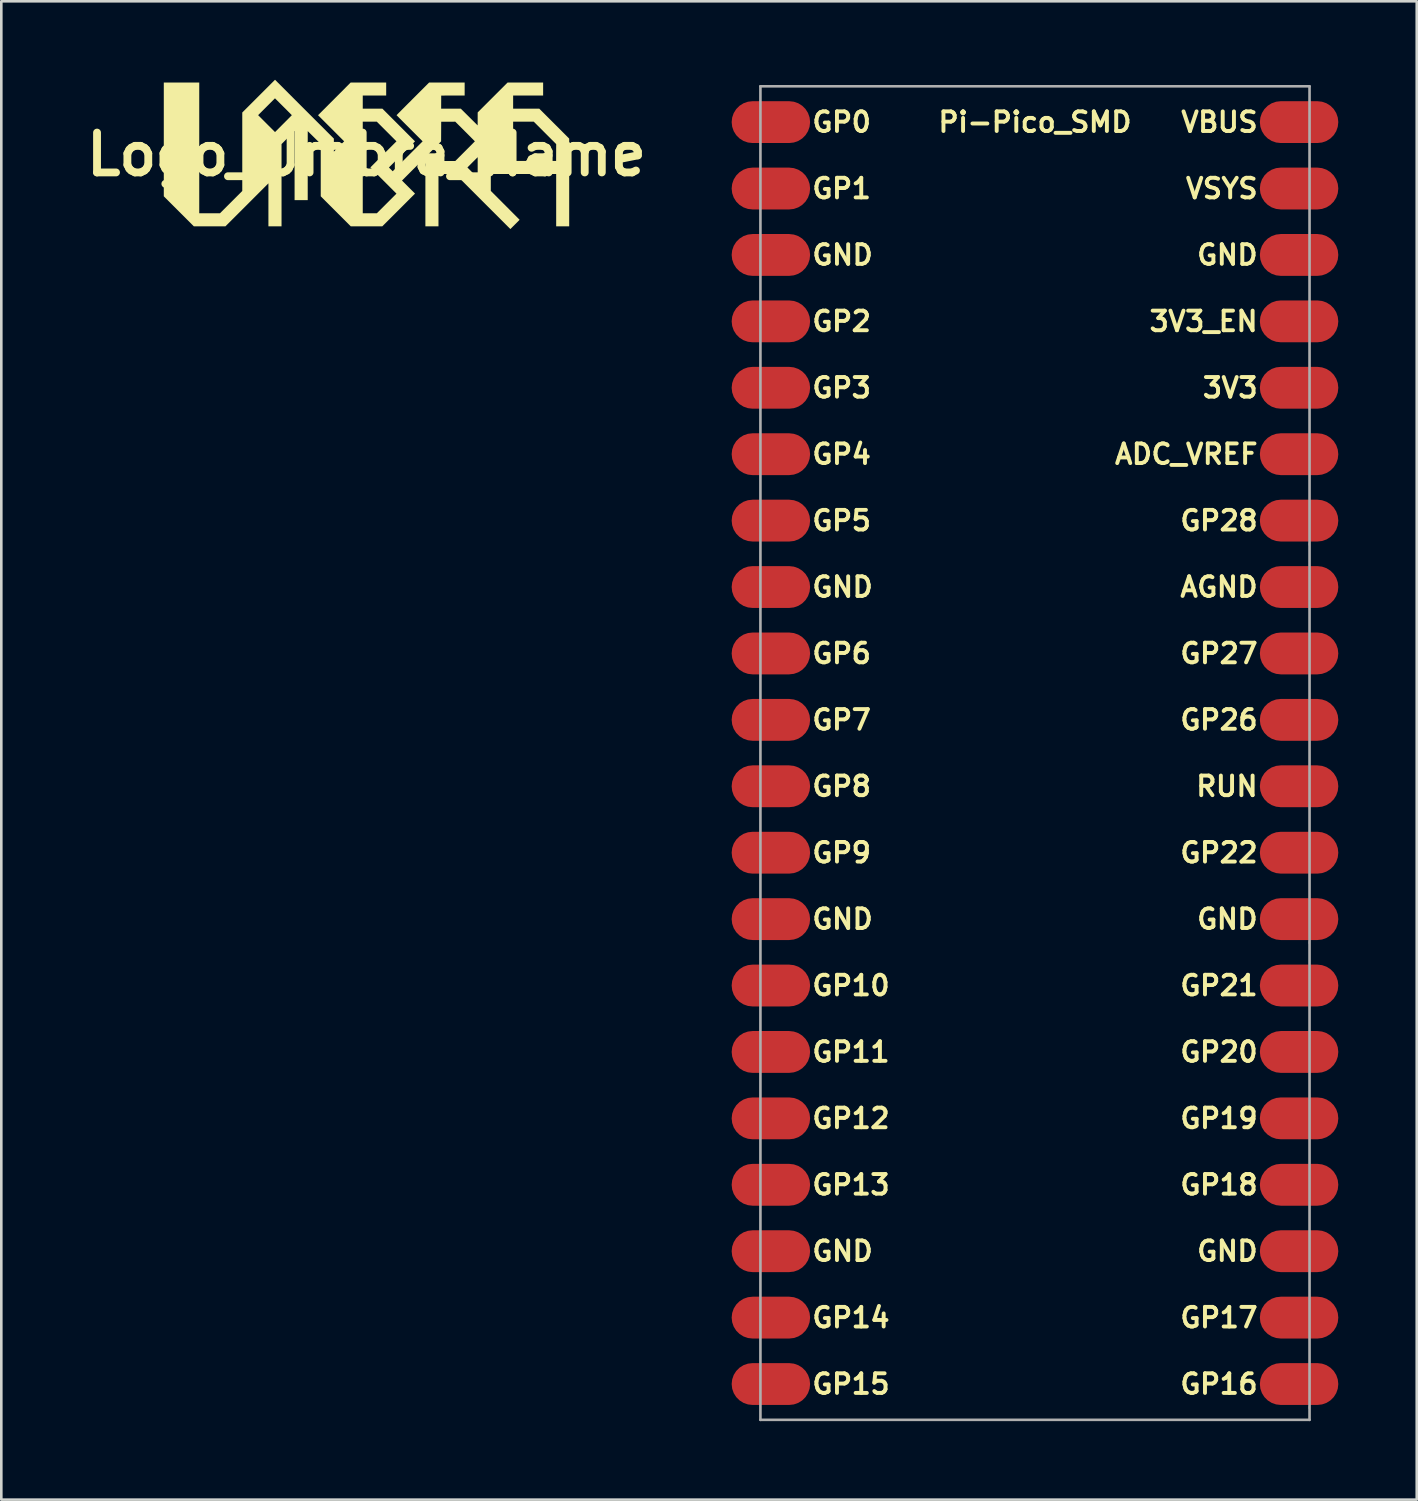
<source format=kicad_pcb>
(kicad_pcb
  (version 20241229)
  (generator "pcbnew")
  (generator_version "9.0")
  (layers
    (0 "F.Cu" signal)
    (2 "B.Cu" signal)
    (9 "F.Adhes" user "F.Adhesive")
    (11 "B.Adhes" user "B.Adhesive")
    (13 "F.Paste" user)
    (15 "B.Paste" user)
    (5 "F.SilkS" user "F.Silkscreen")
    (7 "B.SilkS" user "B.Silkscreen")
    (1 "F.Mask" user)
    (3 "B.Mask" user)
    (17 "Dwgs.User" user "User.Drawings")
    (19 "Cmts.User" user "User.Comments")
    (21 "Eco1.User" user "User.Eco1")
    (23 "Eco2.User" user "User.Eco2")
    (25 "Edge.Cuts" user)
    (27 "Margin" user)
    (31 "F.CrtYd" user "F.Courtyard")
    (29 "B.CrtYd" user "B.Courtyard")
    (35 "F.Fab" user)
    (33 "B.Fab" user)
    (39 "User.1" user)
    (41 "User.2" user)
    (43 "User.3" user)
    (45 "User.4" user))
  (footprint "Logo_Umbra_Name"
    (layer "F.Cu")
    (at 10.966 2.855)
    (property "Reference" "Logo_Umbra_Name" (at 0 0 0) (layer "F.SilkS") (effects (font (size 1.524 1.524) (thickness 0.3))))
    (attr board_only exclude_from_pos_files exclude_from_bom)
    (fp_poly (pts (xy -2.373 -1.73) (xy -1.248 -0.605) (xy -1.248 -0.106) (xy -0.854 -0.5) (xy -1.354 -1) (xy -1.853 -1.499) (xy -1.647 -1.705) (xy -1.622 -1.73) (xy -1.593 -1.758) (xy -1.561 -1.791) (xy -1.525 -1.827) (xy -1.486 -1.866) (xy -1.445 -1.908) (xy -1.401 -1.951) (xy -1.356 -1.997) (xy -1.309 -2.043) (xy -1.261 -2.091) (xy -1.213 -2.14) (xy -1.165 -2.188) (xy -1.117 -2.236) (xy -1.069 -2.284) (xy -1.023 -2.33) (xy -0.605 -2.75) (xy 0.753 -2.75) (xy 0.753 -2.252) (xy -0.143 -2.252) (xy -0.143 -1.75) (xy 0.233 -1.75) (xy 0.608 -1.75) (xy 0.975 -1.382) (xy 1.02 -1.337) (xy 1.068 -1.289) (xy 1.117 -1.24) (xy 1.167 -1.19) (xy 1.218 -1.139) (xy 1.268 -1.088) (xy 1.318 -1.038) (xy 1.367 -0.989) (xy 1.414 -0.942) (xy 1.46 -0.896) (xy 1.502 -0.854) (xy 1.542 -0.814) (xy 1.578 -0.778) (xy 1.599 -0.757) (xy 1.856 -0.499) (xy 0.858 0.5) (xy 0.93 0.573) (xy 1.002 0.645) (xy 1.574 0.072) (xy 2.147 -0.5) (xy 1.648 -0.999) (xy 1.601 -1.046) (xy 1.555 -1.092) (xy 1.511 -1.136) (xy 1.468 -1.179) (xy 1.427 -1.22) (xy 1.388 -1.259) (xy 1.352 -1.296) (xy 1.317 -1.331) (xy 1.285 -1.362) (xy 1.256 -1.392) (xy 1.231 -1.418) (xy 1.208 -1.441) (xy 1.189 -1.46) (xy 1.173 -1.476) (xy 1.161 -1.488) (xy 1.153 -1.496) (xy 1.15 -1.5) (xy 1.15 -1.5) (xy 1.152 -1.503) (xy 1.158 -1.509) (xy 1.169 -1.52) (xy 1.184 -1.535) (xy 1.202 -1.554) (xy 1.224 -1.576) (xy 1.249 -1.601) (xy 1.278 -1.63) (xy 1.31 -1.662) (xy 1.344 -1.697) (xy 1.381 -1.734) (xy 1.421 -1.774) (xy 1.463 -1.816) (xy 1.507 -1.861) (xy 1.553 -1.907) (xy 1.601 -1.955) (xy 1.651 -2.004) (xy 1.702 -2.055) (xy 1.754 -2.108) (xy 1.773 -2.127) (xy 2.396 -2.75) (xy 3.754 -2.75) (xy 3.754 -2.252) (xy 2.857 -2.25) (xy 2.855 -1.75) (xy 3.231 -1.75) (xy 3.606 -1.75) (xy 3.928 -1.43) (xy 4.251 -1.109) (xy 4.252 -1.605) (xy 4.825 -2.178) (xy 5.397 -2.75) (xy 6.755 -2.75) (xy 6.755 -2.252) (xy 5.608 -2.252) (xy 5.608 -1.75) (xy 6.607 -1.75) (xy 7.18 -1.177) (xy 7.752 -0.605) (xy 7.752 2.75) (xy 7.254 2.75) (xy 7.254 0.749) (xy 4.754 0.749) (xy 4.754 1.396) (xy 4.921 1.563) (xy 4.942 1.584) (xy 4.968 1.609) (xy 4.997 1.638) (xy 5.029 1.671) (xy 5.064 1.706) (xy 5.102 1.744) (xy 5.142 1.784) (xy 5.184 1.826) (xy 5.227 1.87) (xy 5.272 1.914) (xy 5.317 1.959) (xy 5.362 2.005) (xy 5.407 2.05) (xy 5.452 2.095) (xy 5.472 2.115) (xy 5.856 2.501) (xy 5.679 2.678) (xy 5.502 2.855) (xy 4.449 1.802) (xy 3.397 0.749) (xy 2.753 0.749) (xy 2.753 2.75) (xy 2.252 2.75) (xy 2.252 0.5) (xy 3.859 0.5) (xy 4.055 0.696) (xy 4.084 0.726) (xy 4.112 0.753) (xy 4.138 0.78) (xy 4.163 0.804) (xy 4.185 0.826) (xy 4.204 0.846) (xy 4.221 0.862) (xy 4.234 0.875) (xy 4.244 0.885) (xy 4.25 0.891) (xy 4.252 0.892) (xy 4.252 0.889) (xy 4.252 0.88) (xy 4.252 0.866) (xy 4.252 0.846) (xy 4.252 0.821) (xy 4.252 0.792) (xy 4.252 0.759) (xy 4.252 0.722) (xy 4.252 0.682) (xy 4.252 0.639) (xy 4.252 0.593) (xy 4.252 0.545) (xy 4.252 0.499) (xy 4.252 0.251) (xy 5.608 0.251) (xy 6.43 0.25) (xy 7.252 0.249) (xy 7.253 -0.073) (xy 7.254 -0.395) (xy 6.398 -1.251) (xy 5.608 -1.251) (xy 5.608 0.251) (xy 4.252 0.251) (xy 4.252 0.106) (xy 4.055 0.303) (xy 3.859 0.5) (xy 2.252 0.5) (xy 2.252 0.251) (xy 3.397 0.251) (xy 3.77 -0.123) (xy 3.811 -0.164) (xy 3.85 -0.203) (xy 3.888 -0.241) (xy 3.925 -0.278) (xy 3.959 -0.312) (xy 3.991 -0.344) (xy 4.021 -0.374) (xy 4.048 -0.402) (xy 4.072 -0.426) (xy 4.093 -0.448) (xy 4.111 -0.466) (xy 4.125 -0.48) (xy 4.136 -0.491) (xy 4.142 -0.498) (xy 4.144 -0.5) (xy 4.142 -0.503) (xy 4.136 -0.51) (xy 4.125 -0.52) (xy 4.111 -0.535) (xy 4.093 -0.553) (xy 4.072 -0.575) (xy 4.048 -0.599) (xy 4.02 -0.626) (xy 3.991 -0.656) (xy 3.959 -0.689) (xy 3.924 -0.723) (xy 3.888 -0.76) (xy 3.85 -0.798) (xy 3.811 -0.837) (xy 3.77 -0.877) (xy 3.396 -1.251) (xy 3.127 -1.25) (xy 2.857 -1.25) (xy 2.855 -0.874) (xy 2.853 -0.499) (xy 2.55 -0.195) (xy 2.515 -0.159) (xy 2.476 -0.12) (xy 2.433 -0.077) (xy 2.387 -0.03) (xy 2.338 0.018) (xy 2.287 0.07) (xy 2.234 0.122) (xy 2.18 0.176) (xy 2.126 0.231) (xy 2.071 0.286) (xy 2.016 0.342) (xy 1.961 0.396) (xy 1.908 0.45) (xy 1.856 0.502) (xy 1.806 0.552) (xy 1.802 0.555) (xy 1.358 1) (xy 1.607 1.25) (xy 1.856 1.499) (xy 1.231 2.125) (xy 0.605 2.75) (xy -0.602 2.75) (xy -1.1 2.252) (xy -0.143 2.252) (xy 0.395 2.252) (xy 0.771 1.876) (xy 1.146 1.501) (xy 0.765 1.119) (xy 0.722 1.076) (xy 0.679 1.033) (xy 0.636 0.99) (xy 0.593 0.947) (xy 0.552 0.906) (xy 0.511 0.865) (xy 0.473 0.826) (xy 0.436 0.79) (xy 0.401 0.755) (xy 0.37 0.723) (xy 0.341 0.694) (xy 0.315 0.668) (xy 0.293 0.646) (xy 0.275 0.627) (xy 0.266 0.618) (xy 0.148 0.498) (xy 0.647 -0.001) (xy 1.146 -0.5) (xy 0.395 -1.251) (xy -0.143 -1.251) (xy -0.143 2.252) (xy -1.1 2.252) (xy -1.176 2.176) (xy -1.75 1.602) (xy -1.75 -0.399) (xy -1.998 -0.645) (xy -2.247 -0.891) (xy -2.248 0.429) (xy -2.248 1.75) (xy -2.75 1.75) (xy -2.75 -0.894) (xy -3 -0.645) (xy -3.249 -0.395) (xy -3.249 2.75) (xy -3.751 2.75) (xy -3.751 1.107) (xy -4.572 1.929) (xy -5.394 2.75) (xy -6.604 2.75) (xy -7.178 2.176) (xy -7.752 1.602) (xy -7.752 -2.75) (xy -6.396 -2.75) (xy -6.396 2.252) (xy -5.604 2.252) (xy -4.751 1.399) (xy -4.751 -1.501) (xy -4.144 -1.501) (xy -3.821 -1.177) (xy -3.498 -0.854) (xy -3.177 -1.176) (xy -3.139 -1.213) (xy -3.103 -1.25) (xy -3.068 -1.285) (xy -3.035 -1.318) (xy -3.003 -1.35) (xy -2.975 -1.379) (xy -2.948 -1.405) (xy -2.925 -1.429) (xy -2.904 -1.45) (xy -2.887 -1.468) (xy -2.873 -1.482) (xy -2.863 -1.492) (xy -2.857 -1.499) (xy -2.856 -1.501) (xy -2.858 -1.503) (xy -2.865 -1.51) (xy -2.875 -1.521) (xy -2.89 -1.535) (xy -2.907 -1.553) (xy -2.928 -1.574) (xy -2.952 -1.599) (xy -2.979 -1.625) (xy -3.008 -1.655) (xy -3.04 -1.686) (xy -3.073 -1.72) (xy -3.108 -1.755) (xy -3.145 -1.791) (xy -3.178 -1.824) (xy -3.5 -2.145) (xy -4.144 -1.501) (xy -4.751 -1.501) (xy -4.751 -1.602) (xy -3.498 -2.855)) (stroke (width 0) (type solid)) (fill yes) (layer "F.SilkS")))
  (footprint "Pi-Pico_SMD"
    (layer "F.Cu")
    (at 36.531 0.25)
    (property "Reference" "Pi-Pico_SMD" (at 0 1.37 0) (layer "F.SilkS") (effects (font (size 0.75 0.75) (thickness 0.15))))
    (attr smd)
    (fp_line (start -10.5 0) (end -10.5 51) (stroke (width 0.1) (type solid)) (layer "F.Fab"))
    (fp_line (start 10.48 17.556) (end 10.481 17.507) (stroke (width 0.025) (type solid)) (layer "F.Fab"))
    (fp_line (start 10.48 32.796) (end 10.481 32.747) (stroke (width 0.025) (type solid)) (layer "F.Fab"))
    (fp_line (start 10.48 50.576) (end 10.481 50.527) (stroke (width 0.025) (type solid)) (layer "F.Fab"))
    (fp_line (start 10.481 17.507) (end 10.482 17.458) (stroke (width 0.025) (type solid)) (layer "F.Fab"))
    (fp_line (start 10.481 32.747) (end 10.482 32.698) (stroke (width 0.025) (type solid)) (layer "F.Fab"))
    (fp_line (start 10.481 50.527) (end 10.482 50.478) (stroke (width 0.025) (type solid)) (layer "F.Fab"))
    (fp_line (start 10.5 0) (end -10.5 0) (stroke (width 0.1) (type solid)) (layer "F.Fab"))
    (fp_line (start 10.5 0) (end 10.5 51) (stroke (width 0.1) (type solid)) (layer "F.Fab"))
    (fp_line (start 10.5 51) (end -10.5 51) (stroke (width 0.1) (type solid)) (layer "F.Fab"))
    (fp_text user "GP8" (at -8.6 26.77 0) (unlocked yes) (layer "F.SilkS") (effects (font (size 0.75 0.75) (thickness 0.15)) (justify left)))
    (fp_text user "GP20" (at 8.6 36.93 0) (unlocked yes) (layer "F.SilkS") (effects (font (size 0.75 0.75) (thickness 0.15)) (justify right)))
    (fp_text user "GP7" (at -8.6 24.23 0) (unlocked yes) (layer "F.SilkS") (effects (font (size 0.75 0.75) (thickness 0.15)) (justify left)))
    (fp_text user "3V3" (at 8.6 11.53 0) (unlocked yes) (layer "F.SilkS") (effects (font (size 0.75 0.75) (thickness 0.15)) (justify right)))
    (fp_text user "GP12" (at -8.6 39.47 0) (unlocked yes) (layer "F.SilkS") (effects (font (size 0.75 0.75) (thickness 0.15)) (justify left)))
    (fp_text user "VBUS" (at 8.6 1.37 0) (unlocked yes) (layer "F.SilkS") (effects (font (size 0.75 0.75) (thickness 0.15)) (justify right)))
    (fp_text user "GP28" (at 8.6 16.61 0) (unlocked yes) (layer "F.SilkS") (effects (font (size 0.75 0.75) (thickness 0.15)) (justify right)))
    (fp_text user "AGND" (at 8.6 19.15 0) (unlocked yes) (layer "F.SilkS") (effects (font (size 0.75 0.75) (thickness 0.15)) (justify right)))
    (fp_text user "GND" (at -8.6 31.85 0) (unlocked yes) (layer "F.SilkS") (effects (font (size 0.75 0.75) (thickness 0.15)) (justify left)))
    (fp_text user "RUN" (at 8.6 26.77 0) (unlocked yes) (layer "F.SilkS") (effects (font (size 0.75 0.75) (thickness 0.15)) (justify right)))
    (fp_text user "GP1" (at -8.6 3.91 0) (unlocked yes) (layer "F.SilkS") (effects (font (size 0.75 0.75) (thickness 0.15)) (justify left)))
    (fp_text user "GP15" (at -8.6 49.63 0) (unlocked yes) (layer "F.SilkS") (effects (font (size 0.75 0.75) (thickness 0.15)) (justify left)))
    (fp_text user "GP5" (at -8.6 16.61 0) (unlocked yes) (layer "F.SilkS") (effects (font (size 0.75 0.75) (thickness 0.15)) (justify left)))
    (fp_text user "GND" (at -8.6 6.45 0) (unlocked yes) (layer "F.SilkS") (effects (font (size 0.75 0.75) (thickness 0.15)) (justify left)))
    (fp_text user "GP19" (at 8.6 39.47 0) (unlocked yes) (layer "F.SilkS") (effects (font (size 0.75 0.75) (thickness 0.15)) (justify right)))
    (fp_text user "GP4" (at -8.6 14.07 0) (unlocked yes) (layer "F.SilkS") (effects (font (size 0.75 0.75) (thickness 0.15)) (justify left)))
    (fp_text user "GND" (at 8.6 31.85 0) (unlocked yes) (layer "F.SilkS") (effects (font (size 0.75 0.75) (thickness 0.15)) (justify right)))
    (fp_text user "GND" (at -8.6 44.55 0) (unlocked yes) (layer "F.SilkS") (effects (font (size 0.75 0.75) (thickness 0.15)) (justify left)))
    (fp_text user "GP2" (at -8.6 8.99 0) (unlocked yes) (layer "F.SilkS") (effects (font (size 0.75 0.75) (thickness 0.15)) (justify left)))
    (fp_text user "GP3" (at -8.6 11.53 0) (unlocked yes) (layer "F.SilkS") (effects (font (size 0.75 0.75) (thickness 0.15)) (justify left)))
    (fp_text user "GP11" (at -8.6 36.93 0) (unlocked yes) (layer "F.SilkS") (effects (font (size 0.75 0.75) (thickness 0.15)) (justify left)))
    (fp_text user "GP16" (at 8.6 49.63 0) (unlocked yes) (layer "F.SilkS") (effects (font (size 0.75 0.75) (thickness 0.15)) (justify right)))
    (fp_text user "GP9" (at -8.6 29.31 0) (unlocked yes) (layer "F.SilkS") (effects (font (size 0.75 0.75) (thickness 0.15)) (justify left)))
    (fp_text user "GP17" (at 8.6 47.09 0) (unlocked yes) (layer "F.SilkS") (effects (font (size 0.75 0.75) (thickness 0.15)) (justify right)))
    (fp_text user "GP14" (at -8.6 47.09 0) (unlocked yes) (layer "F.SilkS") (effects (font (size 0.75 0.75) (thickness 0.15)) (justify left)))
    (fp_text user "GP10" (at -8.6 34.39 0) (unlocked yes) (layer "F.SilkS") (effects (font (size 0.75 0.75) (thickness 0.15)) (justify left)))
    (fp_text user "VSYS" (at 8.6 3.91 0) (unlocked yes) (layer "F.SilkS") (effects (font (size 0.75 0.75) (thickness 0.15)) (justify right)))
    (fp_text user "3V3_EN" (at 8.6 8.99 0) (unlocked yes) (layer "F.SilkS") (effects (font (size 0.75 0.75) (thickness 0.15)) (justify right)))
    (fp_text user "GND" (at 8.6 6.45 0) (unlocked yes) (layer "F.SilkS") (effects (font (size 0.75 0.75) (thickness 0.15)) (justify right)))
    (fp_text user "GP6" (at -8.6 21.69 0) (unlocked yes) (layer "F.SilkS") (effects (font (size 0.75 0.75) (thickness 0.15)) (justify left)))
    (fp_text user "GP13" (at -8.6 42.01 0) (unlocked yes) (layer "F.SilkS") (effects (font (size 0.75 0.75) (thickness 0.15)) (justify left)))
    (fp_text user "GP0" (at -8.6 1.37 0) (unlocked yes) (layer "F.SilkS") (effects (font (size 0.75 0.75) (thickness 0.15)) (justify left)))
    (fp_text user "GP27" (at 8.6 21.69 0) (unlocked yes) (layer "F.SilkS") (effects (font (size 0.75 0.75) (thickness 0.15)) (justify right)))
    (fp_text user "GP22" (at 8.6 29.31 0) (unlocked yes) (layer "F.SilkS") (effects (font (size 0.75 0.75) (thickness 0.15)) (justify right)))
    (fp_text user "GND" (at 8.6 44.55 0) (unlocked yes) (layer "F.SilkS") (effects (font (size 0.75 0.75) (thickness 0.15)) (justify right)))
    (fp_text user "GP21" (at 8.6 34.39 0) (unlocked yes) (layer "F.SilkS") (effects (font (size 0.75 0.75) (thickness 0.15)) (justify right)))
    (fp_text user "GND" (at -8.6 19.15 0) (unlocked yes) (layer "F.SilkS") (effects (font (size 0.75 0.75) (thickness 0.15)) (justify left)))
    (fp_text user "GP26" (at 8.6 24.23 0) (unlocked yes) (layer "F.SilkS") (effects (font (size 0.75 0.75) (thickness 0.15)) (justify right)))
    (fp_text user "GP18" (at 8.6 42.01 0) (unlocked yes) (layer "F.SilkS") (effects (font (size 0.75 0.75) (thickness 0.15)) (justify right)))
    (fp_text user "ADC_VREF" (at 8.6 14.07 0) (unlocked yes) (layer "F.SilkS") (effects (font (size 0.75 0.75) (thickness 0.15)) (justify right)))
    (pad "1" smd roundrect (at -10.1 1.37) (size 3 1.6) (layers "F.Cu" "F.Mask" "F.Paste") (roundrect_rratio 0.5))
    (pad "2" smd roundrect (at -10.1 3.91) (size 3 1.6) (layers "F.Cu" "F.Mask" "F.Paste") (roundrect_rratio 0.5))
    (pad "3" smd roundrect (at -10.1 6.45) (size 3 1.6) (layers "F.Cu" "F.Mask" "F.Paste") (roundrect_rratio 0.5))
    (pad "4" smd roundrect (at -10.1 8.99) (size 3 1.6) (layers "F.Cu" "F.Mask" "F.Paste") (roundrect_rratio 0.5))
    (pad "5" smd roundrect (at -10.1 11.53) (size 3 1.6) (layers "F.Cu" "F.Mask" "F.Paste") (roundrect_rratio 0.5))
    (pad "6" smd roundrect (at -10.1 14.07) (size 3 1.6) (layers "F.Cu" "F.Mask" "F.Paste") (roundrect_rratio 0.5))
    (pad "7" smd roundrect (at -10.1 16.61) (size 3 1.6) (layers "F.Cu" "F.Mask" "F.Paste") (roundrect_rratio 0.5))
    (pad "8" smd roundrect (at -10.1 19.15) (size 3 1.6) (layers "F.Cu" "F.Mask" "F.Paste") (roundrect_rratio 0.5))
    (pad "9" smd roundrect (at -10.1 21.69) (size 3 1.6) (layers "F.Cu" "F.Mask" "F.Paste") (roundrect_rratio 0.5))
    (pad "10" smd roundrect (at -10.1 24.23) (size 3 1.6) (layers "F.Cu" "F.Mask" "F.Paste") (roundrect_rratio 0.5))
    (pad "11" smd roundrect (at -10.1 26.77) (size 3 1.6) (layers "F.Cu" "F.Mask" "F.Paste") (roundrect_rratio 0.5))
    (pad "12" smd roundrect (at -10.1 29.31) (size 3 1.6) (layers "F.Cu" "F.Mask" "F.Paste") (roundrect_rratio 0.5))
    (pad "13" smd roundrect (at -10.1 31.85) (size 3 1.6) (layers "F.Cu" "F.Mask" "F.Paste") (roundrect_rratio 0.5))
    (pad "14" smd roundrect (at -10.1 34.39) (size 3 1.6) (layers "F.Cu" "F.Mask" "F.Paste") (roundrect_rratio 0.5))
    (pad "15" smd roundrect (at -10.1 36.93) (size 3 1.6) (layers "F.Cu" "F.Mask" "F.Paste") (roundrect_rratio 0.5))
    (pad "16" smd roundrect (at -10.1 39.47) (size 3 1.6) (layers "F.Cu" "F.Mask" "F.Paste") (roundrect_rratio 0.5))
    (pad "17" smd roundrect (at -10.1 42.01) (size 3 1.6) (layers "F.Cu" "F.Mask" "F.Paste") (roundrect_rratio 0.5))
    (pad "18" smd roundrect (at -10.1 44.55) (size 3 1.6) (layers "F.Cu" "F.Mask" "F.Paste") (roundrect_rratio 0.5))
    (pad "19" smd roundrect (at -10.1 47.09) (size 3 1.6) (layers "F.Cu" "F.Mask" "F.Paste") (roundrect_rratio 0.5))
    (pad "20" smd roundrect (at -10.1 49.63) (size 3 1.6) (layers "F.Cu" "F.Mask" "F.Paste") (roundrect_rratio 0.5))
    (pad "21" smd roundrect (at 10.1 49.63) (size 3 1.6) (layers "F.Cu" "F.Mask" "F.Paste") (roundrect_rratio 0.5))
    (pad "22" smd roundrect (at 10.1 47.09) (size 3 1.6) (layers "F.Cu" "F.Mask" "F.Paste") (roundrect_rratio 0.5))
    (pad "23" smd roundrect (at 10.1 44.55) (size 3 1.6) (layers "F.Cu" "F.Mask" "F.Paste") (roundrect_rratio 0.5))
    (pad "24" smd roundrect (at 10.1 42.01) (size 3 1.6) (layers "F.Cu" "F.Mask" "F.Paste") (roundrect_rratio 0.5))
    (pad "25" smd roundrect (at 10.1 39.47) (size 3 1.6) (layers "F.Cu" "F.Mask" "F.Paste") (roundrect_rratio 0.5))
    (pad "26" smd roundrect (at 10.1 36.93) (size 3 1.6) (layers "F.Cu" "F.Mask" "F.Paste") (roundrect_rratio 0.5))
    (pad "27" smd roundrect (at 10.1 34.39) (size 3 1.6) (layers "F.Cu" "F.Mask" "F.Paste") (roundrect_rratio 0.5))
    (pad "28" smd roundrect (at 10.1 31.85) (size 3 1.6) (layers "F.Cu" "F.Mask" "F.Paste") (roundrect_rratio 0.5))
    (pad "29" smd roundrect (at 10.1 29.31) (size 3 1.6) (layers "F.Cu" "F.Mask" "F.Paste") (roundrect_rratio 0.5))
    (pad "30" smd roundrect (at 10.1 26.77) (size 3 1.6) (layers "F.Cu" "F.Mask" "F.Paste") (roundrect_rratio 0.5))
    (pad "31" smd roundrect (at 10.1 24.23) (size 3 1.6) (layers "F.Cu" "F.Mask" "F.Paste") (roundrect_rratio 0.5))
    (pad "32" smd roundrect (at 10.1 21.69) (size 3 1.6) (layers "F.Cu" "F.Mask" "F.Paste") (roundrect_rratio 0.5))
    (pad "33" smd roundrect (at 10.1 19.15) (size 3 1.6) (layers "F.Cu" "F.Mask" "F.Paste") (roundrect_rratio 0.5))
    (pad "34" smd roundrect (at 10.1 16.61) (size 3 1.6) (layers "F.Cu" "F.Mask" "F.Paste") (roundrect_rratio 0.5))
    (pad "35" smd roundrect (at 10.1 14.07) (size 3 1.6) (layers "F.Cu" "F.Mask" "F.Paste") (roundrect_rratio 0.5))
    (pad "36" smd roundrect (at 10.1 11.53) (size 3 1.6) (layers "F.Cu" "F.Mask" "F.Paste") (roundrect_rratio 0.5))
    (pad "37" smd roundrect (at 10.1 8.99) (size 3 1.6) (layers "F.Cu" "F.Mask" "F.Paste") (roundrect_rratio 0.5))
    (pad "38" smd roundrect (at 10.1 6.45) (size 3 1.6) (layers "F.Cu" "F.Mask" "F.Paste") (roundrect_rratio 0.5))
    (pad "39" smd roundrect (at 10.1 3.91) (size 3 1.6) (layers "F.Cu" "F.Mask" "F.Paste") (roundrect_rratio 0.5))
    (pad "40" smd roundrect (at 10.1 1.37) (size 3 1.6) (layers "F.Cu" "F.Mask" "F.Paste") (roundrect_rratio 0.5)))
  (gr_rect
    (start -3 -3)
    (end 51.131 54.3)
    (stroke (width 0.1) (type default))
    (fill no)
    (layer "Edge.Cuts")))
</source>
